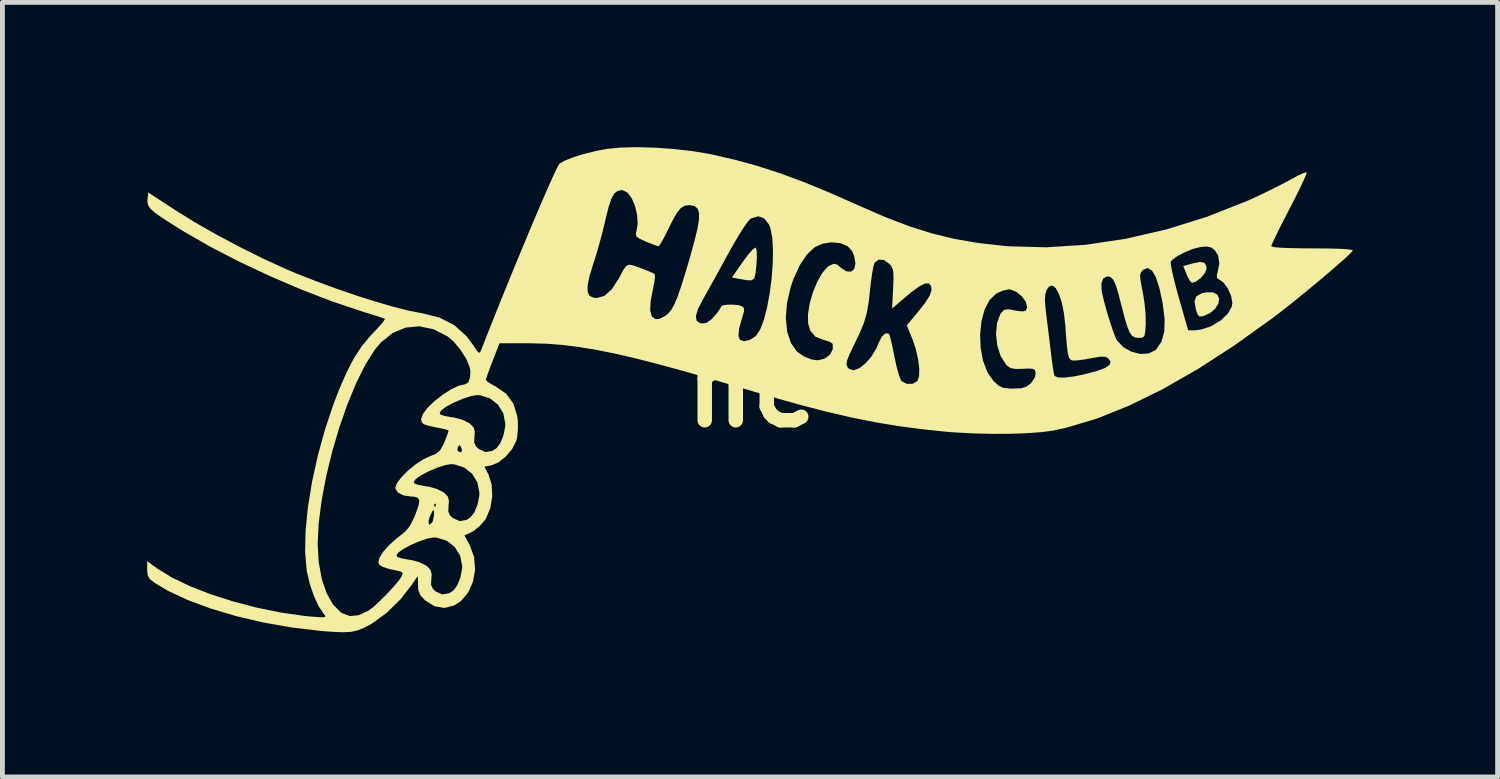
<source format=kicad_pcb>
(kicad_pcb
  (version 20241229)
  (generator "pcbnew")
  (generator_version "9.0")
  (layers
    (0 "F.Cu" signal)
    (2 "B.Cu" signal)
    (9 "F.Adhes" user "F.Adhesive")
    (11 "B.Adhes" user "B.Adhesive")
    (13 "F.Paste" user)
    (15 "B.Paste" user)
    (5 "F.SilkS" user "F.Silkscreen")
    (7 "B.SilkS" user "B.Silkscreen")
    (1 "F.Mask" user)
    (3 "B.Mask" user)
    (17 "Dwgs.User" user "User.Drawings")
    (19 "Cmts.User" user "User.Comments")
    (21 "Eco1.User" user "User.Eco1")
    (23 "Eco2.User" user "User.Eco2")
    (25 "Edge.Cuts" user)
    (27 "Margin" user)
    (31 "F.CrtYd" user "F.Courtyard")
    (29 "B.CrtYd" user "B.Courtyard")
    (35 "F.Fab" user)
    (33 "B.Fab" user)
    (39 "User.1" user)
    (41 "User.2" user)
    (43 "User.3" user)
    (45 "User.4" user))
  (footprint "hc"
    (layer "F.Cu")
    (at 12.521 4.982)
    (property "Reference" "hc" (at 0 0 0) (layer "F.SilkS") (effects (font (size 1.5 1.5) (thickness 0.3))))
    (attr board_only exclude_from_pos_files exclude_from_bom)
    (fp_poly (pts (xy 9.393 -2.585) (xy 9.432 -2.513) (xy 9.436 -2.46) (xy 9.4 -2.368) (xy 9.315 -2.269) (xy 9.211 -2.193) (xy 9.134 -2.169) (xy 9.093 -2.207) (xy 9.041 -2.301) (xy 9.023 -2.343) (xy 8.954 -2.518) (xy 9.147 -2.572) (xy 9.302 -2.603)) (stroke (width 0) (type solid)) (fill yes) (layer "F.SilkS"))
    (fp_poly (pts (xy 0.096 -2.896) (xy 0.112 -2.834) (xy 0.116 -2.71) (xy 0.108 -2.548) (xy 0.106 -2.534) (xy 0.088 -2.362) (xy 0.061 -2.262) (xy 0.004 -2.222) (xy -0.101 -2.225) (xy -0.256 -2.253) (xy -0.401 -2.281) (xy -0.173 -2.608) (xy -0.059 -2.761) (xy 0.03 -2.861) (xy 0.087 -2.899)) (stroke (width 0) (type solid)) (fill yes) (layer "F.SilkS"))
    (fp_poly (pts (xy 9.66 -1.925) (xy 9.697 -1.841) (xy 9.681 -1.737) (xy 9.614 -1.63) (xy 9.498 -1.536) (xy 9.36 -1.477) (xy 9.294 -1.471) (xy 9.252 -1.512) (xy 9.215 -1.62) (xy 9.212 -1.633) (xy 9.187 -1.791) (xy 9.225 -1.891) (xy 9.333 -1.951) (xy 9.418 -1.971) (xy 9.567 -1.974)) (stroke (width 0) (type solid)) (fill yes) (layer "F.SilkS"))
    (fp_poly (pts (xy -1.99 -4.971) (xy -1.599 -4.943) (xy -1.217 -4.9) (xy -0.87 -4.842) (xy -0.827 -4.833) (xy -0.342 -4.722) (xy 0.13 -4.592) (xy 0.607 -4.437) (xy 1.107 -4.252) (xy 1.646 -4.029) (xy 2.214 -3.778) (xy 2.769 -3.536) (xy 3.274 -3.343) (xy 3.752 -3.192) (xy 4.222 -3.078) (xy 4.708 -2.995) (xy 5.23 -2.937) (xy 5.333 -2.928) (xy 6.112 -2.906) (xy 6.926 -2.958) (xy 7.76 -3.083) (xy 8.605 -3.277) (xy 9.446 -3.539) (xy 10.273 -3.866) (xy 10.374 -3.91) (xy 10.604 -4.018) (xy 10.844 -4.136) (xy 11.059 -4.246) (xy 11.167 -4.305) (xy 11.317 -4.386) (xy 11.436 -4.441) (xy 11.504 -4.462) (xy 11.512 -4.46) (xy 11.5 -4.414) (xy 11.453 -4.303) (xy 11.375 -4.137) (xy 11.274 -3.932) (xy 11.157 -3.705) (xy 11.036 -3.471) (xy 10.931 -3.263) (xy 10.849 -3.094) (xy 10.795 -2.979) (xy 10.777 -2.93) (xy 10.821 -2.912) (xy 10.951 -2.899) (xy 11.164 -2.89) (xy 11.456 -2.885) (xy 11.63 -2.884) (xy 11.945 -2.882) (xy 12.192 -2.876) (xy 12.363 -2.865) (xy 12.455 -2.851) (xy 12.469 -2.841) (xy 12.428 -2.792) (xy 12.329 -2.697) (xy 12.181 -2.566) (xy 11.997 -2.406) (xy 11.787 -2.228) (xy 11.563 -2.042) (xy 11.335 -1.855) (xy 11.114 -1.678) (xy 10.912 -1.52) (xy 10.806 -1.44) (xy 10.016 -0.874) (xy 9.255 -0.382) (xy 8.524 0.036) (xy 7.826 0.378) (xy 7.164 0.644) (xy 6.538 0.831) (xy 6.262 0.892) (xy 6.021 0.924) (xy 5.712 0.947) (xy 5.355 0.959) (xy 4.97 0.96) (xy 4.579 0.95) (xy 4.2 0.929) (xy 4.047 0.917) (xy 3.54 0.864) (xy 3.054 0.8) (xy 2.572 0.72) (xy 2.081 0.622) (xy 1.563 0.502) (xy 1.005 0.357) (xy 0.389 0.184) (xy -0.089 0.042) (xy -0.774 -0.161) (xy -1.384 -0.336) (xy -1.905 -0.478) (xy 1.974 -0.478) (xy 1.996 -0.419) (xy 2.031 -0.383) (xy 2.124 -0.358) (xy 2.241 -0.402) (xy 2.367 -0.5) (xy 2.49 -0.642) (xy 2.593 -0.813) (xy 2.641 -0.926) (xy 2.703 -1.051) (xy 2.774 -1.119) (xy 2.839 -1.121) (xy 2.862 -1.096) (xy 2.882 -1.034) (xy 2.913 -0.906) (xy 2.949 -0.733) (xy 2.971 -0.623) (xy 3.012 -0.432) (xy 3.057 -0.271) (xy 3.098 -0.161) (xy 3.116 -0.132) (xy 3.224 -0.076) (xy 3.349 -0.078) (xy 3.444 -0.135) (xy 3.478 -0.234) (xy 3.482 -0.394) (xy 3.457 -0.593) (xy 3.406 -0.81) (xy 3.339 -1.006) (xy 3.299 -1.103) (xy 4.743 -1.103) (xy 4.754 -0.827) (xy 4.802 -0.562) (xy 4.889 -0.328) (xy 5.016 -0.141) (xy 5.03 -0.126) (xy 5.127 -0.039) (xy 5.218 0.005) (xy 5.341 0.021) (xy 5.431 0.022) (xy 5.591 0.015) (xy 5.696 -0.014) (xy 5.781 -0.075) (xy 5.796 -0.09) (xy 5.878 -0.208) (xy 5.895 -0.303) (xy 5.879 -0.359) (xy 5.837 -0.387) (xy 5.746 -0.393) (xy 5.628 -0.388) (xy 5.474 -0.385) (xy 5.377 -0.403) (xy 5.306 -0.45) (xy 5.28 -0.476) (xy 5.169 -0.65) (xy 5.099 -0.871) (xy 5.073 -1.111) (xy 5.094 -1.339) (xy 5.165 -1.527) (xy 5.171 -1.536) (xy 5.238 -1.609) (xy 5.327 -1.622) (xy 5.381 -1.613) (xy 5.547 -1.583) (xy 5.644 -1.578) (xy 5.693 -1.6) (xy 5.714 -1.652) (xy 5.716 -1.666) (xy 5.692 -1.774) (xy 5.659 -1.82) (xy 6.087 -1.82) (xy 6.097 -1.658) (xy 6.12 -1.461) (xy 6.151 -1.215) (xy 6.184 -0.947) (xy 6.213 -0.706) (xy 6.219 -0.653) (xy 6.242 -0.477) (xy 6.264 -0.335) (xy 6.282 -0.251) (xy 6.287 -0.24) (xy 6.355 -0.209) (xy 6.496 -0.206) (xy 6.696 -0.231) (xy 6.887 -0.27) (xy 7.152 -0.339) (xy 7.332 -0.405) (xy 7.429 -0.472) (xy 7.448 -0.539) (xy 7.395 -0.609) (xy 7.334 -0.638) (xy 7.24 -0.64) (xy 7.087 -0.615) (xy 7.071 -0.612) (xy 6.908 -0.582) (xy 6.763 -0.563) (xy 6.697 -0.559) (xy 6.645 -0.563) (xy 6.607 -0.585) (xy 6.579 -0.637) (xy 6.558 -0.732) (xy 6.54 -0.882) (xy 6.522 -1.101) (xy 6.51 -1.282) (xy 6.48 -1.545) (xy 6.434 -1.769) (xy 6.376 -1.943) (xy 6.31 -2.061) (xy 6.24 -2.114) (xy 6.172 -2.093) (xy 6.118 -2.012) (xy 6.094 -1.932) (xy 6.087 -1.82) (xy 5.659 -1.82) (xy 5.61 -1.888) (xy 5.494 -1.983) (xy 5.371 -2.032) (xy 5.341 -2.035) (xy 5.221 -2.011) (xy 5.089 -1.953) (xy 5.074 -1.944) (xy 4.937 -1.81) (xy 4.835 -1.613) (xy 4.771 -1.371) (xy 4.743 -1.103) (xy 3.299 -1.103) (xy 3.224 -1.289) (xy 3.45 -1.56) (xy 3.606 -1.757) (xy 3.699 -1.907) (xy 3.737 -2.021) (xy 3.728 -2.101) (xy 3.683 -2.157) (xy 3.605 -2.157) (xy 3.488 -2.099) (xy 3.324 -1.981) (xy 3.17 -1.853) (xy 2.919 -1.637) (xy 2.94 -2.048) (xy 2.944 -2.159) (xy 7.257 -2.159) (xy 7.262 -2.005) (xy 7.268 -1.978) (xy 7.311 -1.79) (xy 7.369 -1.579) (xy 7.433 -1.367) (xy 7.496 -1.179) (xy 7.55 -1.037) (xy 7.581 -0.975) (xy 7.712 -0.836) (xy 7.881 -0.742) (xy 8.063 -0.696) (xy 8.236 -0.706) (xy 8.376 -0.774) (xy 8.396 -0.794) (xy 8.503 -0.953) (xy 8.56 -1.156) (xy 8.568 -1.413) (xy 8.528 -1.735) (xy 8.527 -1.745) (xy 8.46 -2.059) (xy 8.386 -2.286) (xy 8.305 -2.426) (xy 8.217 -2.477) (xy 8.124 -2.44) (xy 8.107 -2.424) (xy 8.074 -2.382) (xy 8.06 -2.325) (xy 8.066 -2.234) (xy 8.092 -2.087) (xy 8.114 -1.982) (xy 8.15 -1.756) (xy 8.173 -1.521) (xy 8.176 -1.324) (xy 8.176 -1.319) (xy 8.166 -1.163) (xy 8.151 -1.076) (xy 8.119 -1.038) (xy 8.061 -1.029) (xy 8.028 -1.029) (xy 7.954 -1.037) (xy 7.895 -1.071) (xy 7.843 -1.143) (xy 7.792 -1.266) (xy 7.737 -1.45) (xy 7.67 -1.709) (xy 7.665 -1.728) (xy 7.604 -1.966) (xy 7.553 -2.128) (xy 7.506 -2.23) (xy 7.457 -2.283) (xy 7.398 -2.302) (xy 7.376 -2.303) (xy 7.297 -2.264) (xy 7.257 -2.159) (xy 2.944 -2.159) (xy 2.948 -2.246) (xy 2.946 -2.377) (xy 2.93 -2.461) (xy 2.899 -2.521) (xy 2.865 -2.56) (xy 2.795 -2.61) (xy 8.694 -2.61) (xy 8.695 -2.552) (xy 8.719 -2.424) (xy 8.761 -2.242) (xy 8.818 -2.021) (xy 8.859 -1.873) (xy 9.055 -1.185) (xy 9.201 -1.185) (xy 9.331 -1.205) (xy 9.488 -1.254) (xy 9.548 -1.28) (xy 9.734 -1.393) (xy 9.877 -1.531) (xy 9.959 -1.675) (xy 9.972 -1.752) (xy 9.945 -1.901) (xy 9.877 -2.055) (xy 9.786 -2.177) (xy 9.722 -2.223) (xy 9.652 -2.272) (xy 9.651 -2.345) (xy 9.662 -2.379) (xy 9.702 -2.571) (xy 9.675 -2.742) (xy 9.609 -2.845) (xy 9.532 -2.904) (xy 9.44 -2.923) (xy 9.311 -2.912) (xy 9.161 -2.875) (xy 8.994 -2.808) (xy 8.839 -2.728) (xy 8.726 -2.647) (xy 8.694 -2.61) (xy 2.795 -2.61) (xy 2.749 -2.643) (xy 2.64 -2.652) (xy 2.557 -2.586) (xy 2.552 -2.577) (xy 2.529 -2.499) (xy 2.503 -2.354) (xy 2.478 -2.167) (xy 2.463 -2.029) (xy 2.432 -1.756) (xy 2.392 -1.536) (xy 2.334 -1.337) (xy 2.247 -1.126) (xy 2.129 -0.883) (xy 2.038 -0.693) (xy 1.987 -0.564) (xy 1.974 -0.478) (xy -1.905 -0.478) (xy -1.926 -0.484) (xy -2.408 -0.607) (xy -2.841 -0.706) (xy -3.23 -0.784) (xy -3.586 -0.842) (xy -3.916 -0.883) (xy -4.229 -0.907) (xy -4.533 -0.916) (xy -4.605 -0.917) (xy -5.218 -0.917) (xy -5.359 -0.556) (xy -5.423 -0.389) (xy -5.472 -0.253) (xy -5.498 -0.171) (xy -5.5 -0.158) (xy -5.464 -0.118) (xy -5.369 -0.059) (xy -5.296 -0.021) (xy -5.078 0.13) (xy -4.928 0.338) (xy -4.849 0.601) (xy -4.838 0.692) (xy -4.837 0.867) (xy -4.853 1.033) (xy -4.871 1.108) (xy -4.957 1.275) (xy -5.089 1.432) (xy -5.242 1.553) (xy -5.382 1.612) (xy -5.532 1.64) (xy -5.446 1.804) (xy -5.38 2.012) (xy -5.369 2.256) (xy -5.409 2.501) (xy -5.498 2.714) (xy -5.516 2.741) (xy -5.625 2.867) (xy -5.749 2.969) (xy -5.793 2.994) (xy -5.944 3.066) (xy -5.83 3.277) (xy -5.744 3.518) (xy -5.724 3.772) (xy -5.767 4.022) (xy -5.866 4.246) (xy -6.017 4.426) (xy -6.157 4.517) (xy -6.361 4.569) (xy -6.565 4.533) (xy -6.76 4.411) (xy -6.765 4.407) (xy -6.862 4.3) (xy -6.902 4.188) (xy -6.907 4.096) (xy -6.908 3.983) (xy -6.912 3.918) (xy -6.913 3.913) (xy -6.939 3.946) (xy -6.998 4.031) (xy -7.031 4.081) (xy -7.273 4.393) (xy -7.556 4.67) (xy -7.853 4.886) (xy -7.872 4.898) (xy -8.02 4.978) (xy -8.153 5.032) (xy -8.291 5.063) (xy -8.458 5.072) (xy -8.672 5.064) (xy -8.921 5.045) (xy -9.516 4.975) (xy -10.104 4.872) (xy -10.67 4.74) (xy -11.2 4.582) (xy -11.681 4.404) (xy -12.097 4.209) (xy -12.351 4.058) (xy -12.459 3.976) (xy -12.509 3.896) (xy -12.521 3.783) (xy -12.521 3.773) (xy -12.521 3.6) (xy -12.303 3.757) (xy -12.003 3.941) (xy -11.632 4.118) (xy -11.204 4.285) (xy -10.738 4.434) (xy -10.25 4.562) (xy -9.757 4.663) (xy -9.276 4.732) (xy -9.145 4.745) (xy -8.969 4.759) (xy -8.868 4.762) (xy -8.827 4.752) (xy -8.834 4.725) (xy -8.863 4.689) (xy -8.965 4.537) (xy -9.064 4.322) (xy -9.149 4.074) (xy -9.209 3.819) (xy -9.216 3.779) (xy -9.247 3.401) (xy -9.244 3.242) (xy -8.987 3.242) (xy -8.965 3.622) (xy -8.902 3.965) (xy -8.803 4.261) (xy -8.67 4.495) (xy -8.51 4.658) (xy -8.482 4.676) (xy -8.319 4.737) (xy -8.141 4.72) (xy -7.935 4.625) (xy -7.93 4.622) (xy -7.828 4.544) (xy -7.693 4.42) (xy -7.545 4.272) (xy -7.406 4.121) (xy -7.296 3.989) (xy -7.244 3.912) (xy -7.223 3.847) (xy -7.267 3.814) (xy -7.322 3.8) (xy -7.515 3.757) (xy -7.635 3.719) (xy -7.701 3.681) (xy -7.727 3.635) (xy -7.728 3.63) (xy -7.708 3.532) (xy -7.674 3.477) (xy -7.353 3.477) (xy -7.339 3.509) (xy -7.271 3.535) (xy -7.134 3.562) (xy -7.033 3.578) (xy -6.882 3.62) (xy -6.748 3.685) (xy -6.726 3.7) (xy -6.649 3.777) (xy -6.624 3.865) (xy -6.631 3.965) (xy -6.637 4.089) (xy -6.601 4.17) (xy -6.54 4.227) (xy -6.402 4.289) (xy -6.259 4.263) (xy -6.175 4.209) (xy -6.093 4.101) (xy -6.029 3.939) (xy -5.995 3.759) (xy -5.992 3.702) (xy -6.033 3.487) (xy -6.145 3.306) (xy -6.312 3.175) (xy -6.517 3.112) (xy -6.583 3.108) (xy -6.706 3.129) (xy -6.871 3.184) (xy -7.047 3.259) (xy -7.203 3.341) (xy -7.31 3.417) (xy -7.325 3.432) (xy -7.353 3.477) (xy -7.674 3.477) (xy -7.627 3.402) (xy -7.498 3.258) (xy -7.337 3.117) (xy -7.292 3.083) (xy -7.164 2.979) (xy -7.073 2.864) (xy -7.031 2.782) (xy -6.69 2.782) (xy -6.681 2.836) (xy -6.671 2.84) (xy -6.62 2.804) (xy -6.601 2.769) (xy -6.579 2.665) (xy -6.575 2.601) (xy -6.582 2.539) (xy -6.608 2.56) (xy -6.614 2.571) (xy -6.666 2.684) (xy -6.69 2.782) (xy -7.031 2.782) (xy -6.993 2.706) (xy -6.962 2.631) (xy -6.899 2.456) (xy -6.896 2.437) (xy -6.574 2.437) (xy -6.557 2.474) (xy -6.544 2.467) (xy -6.538 2.414) (xy -6.544 2.407) (xy -6.57 2.413) (xy -6.574 2.437) (xy -6.896 2.437) (xy -6.88 2.345) (xy -6.91 2.285) (xy -6.99 2.262) (xy -7.051 2.259) (xy -7.209 2.236) (xy -7.325 2.176) (xy -7.377 2.092) (xy -7.379 2.078) (xy -7.343 1.981) (xy -7.325 1.957) (xy -6.995 1.957) (xy -6.981 1.989) (xy -6.913 2.015) (xy -6.776 2.041) (xy -6.676 2.057) (xy -6.524 2.099) (xy -6.39 2.165) (xy -6.369 2.18) (xy -6.291 2.257) (xy -6.266 2.344) (xy -6.274 2.444) (xy -6.279 2.569) (xy -6.244 2.65) (xy -6.182 2.706) (xy -6.044 2.769) (xy -5.901 2.743) (xy -5.818 2.689) (xy -5.736 2.581) (xy -5.671 2.419) (xy -5.637 2.239) (xy -5.635 2.181) (xy -5.676 1.966) (xy -5.788 1.785) (xy -5.954 1.655) (xy -6.16 1.591) (xy -6.225 1.588) (xy -6.348 1.609) (xy -6.513 1.663) (xy -6.689 1.738) (xy -6.845 1.82) (xy -6.952 1.896) (xy -6.967 1.912) (xy -6.995 1.957) (xy -7.325 1.957) (xy -7.249 1.856) (xy -7.114 1.721) (xy -6.957 1.593) (xy -6.798 1.488) (xy -6.68 1.433) (xy -6.54 1.375) (xy -6.454 1.308) (xy -6.451 1.303) (xy -6.092 1.303) (xy -6.069 1.327) (xy -6.007 1.344) (xy -5.997 1.291) (xy -6.011 1.244) (xy -6.042 1.192) (xy -6.077 1.223) (xy -6.082 1.23) (xy -6.092 1.303) (xy -6.451 1.303) (xy -6.39 1.201) (xy -6.357 1.126) (xy -6.307 0.999) (xy -6.278 0.912) (xy -6.276 0.887) (xy -6.324 0.871) (xy -6.432 0.846) (xy -6.525 0.828) (xy -6.69 0.793) (xy -6.786 0.761) (xy -6.83 0.72) (xy -6.842 0.661) (xy -6.842 0.652) (xy -6.804 0.546) (xy -6.789 0.526) (xy -6.458 0.526) (xy -6.445 0.558) (xy -6.376 0.584) (xy -6.239 0.61) (xy -6.139 0.626) (xy -5.987 0.668) (xy -5.853 0.734) (xy -5.832 0.749) (xy -5.754 0.826) (xy -5.73 0.913) (xy -5.737 1.013) (xy -5.743 1.138) (xy -5.707 1.219) (xy -5.646 1.275) (xy -5.508 1.338) (xy -5.365 1.312) (xy -5.281 1.258) (xy -5.199 1.15) (xy -5.135 0.988) (xy -5.1 0.808) (xy -5.098 0.75) (xy -5.139 0.535) (xy -5.251 0.354) (xy -5.418 0.224) (xy -5.623 0.16) (xy -5.688 0.157) (xy -5.812 0.178) (xy -5.977 0.232) (xy -6.152 0.307) (xy -6.309 0.389) (xy -6.416 0.465) (xy -6.431 0.481) (xy -6.458 0.526) (xy -6.789 0.526) (xy -6.705 0.416) (xy -6.561 0.278) (xy -6.392 0.146) (xy -6.217 0.034) (xy -6.054 -0.041) (xy -5.929 -0.067) (xy -5.866 -0.106) (xy -5.828 -0.206) (xy -5.822 -0.339) (xy -5.834 -0.414) (xy -5.905 -0.59) (xy -6.026 -0.781) (xy -6.17 -0.954) (xy -6.296 -1.061) (xy -6.588 -1.209) (xy -6.881 -1.269) (xy -7.164 -1.242) (xy -7.431 -1.131) (xy -7.674 -0.936) (xy -7.801 -0.786) (xy -7.997 -0.476) (xy -8.188 -0.094) (xy -8.369 0.345) (xy -8.537 0.823) (xy -8.685 1.325) (xy -8.809 1.833) (xy -8.903 2.331) (xy -8.965 2.803) (xy -8.987 3.232) (xy -8.987 3.242) (xy -9.244 3.242) (xy -9.237 2.961) (xy -9.188 2.472) (xy -9.103 1.951) (xy -8.984 1.411) (xy -8.834 0.867) (xy -8.656 0.335) (xy -8.541 0.038) (xy -8.386 -0.317) (xy -8.236 -0.606) (xy -8.078 -0.848) (xy -7.9 -1.065) (xy -7.818 -1.151) (xy -7.705 -1.271) (xy -7.626 -1.366) (xy -7.593 -1.419) (xy -7.595 -1.425) (xy -7.647 -1.444) (xy -7.767 -1.483) (xy -7.934 -1.536) (xy -8.094 -1.586) (xy -8.69 -1.786) (xy -9.323 -2.03) (xy -9.971 -2.307) (xy -10.606 -2.605) (xy -11.206 -2.915) (xy -11.745 -3.224) (xy -11.806 -3.261) (xy -12.059 -3.42) (xy -12.246 -3.542) (xy -12.375 -3.636) (xy -12.457 -3.711) (xy -12.5 -3.776) (xy -12.516 -3.84) (xy -12.514 -3.901) (xy -12.499 -4.043) (xy -11.926 -3.669) (xy -11.536 -3.427) (xy -11.087 -3.171) (xy -10.607 -2.916) (xy -10.122 -2.675) (xy -9.659 -2.462) (xy -9.436 -2.367) (xy -9.028 -2.207) (xy -8.607 -2.052) (xy -8.188 -1.908) (xy -7.787 -1.781) (xy -7.418 -1.674) (xy -7.099 -1.593) (xy -6.845 -1.543) (xy -6.829 -1.541) (xy -6.464 -1.451) (xy -6.155 -1.292) (xy -5.899 -1.062) (xy -5.763 -0.878) (xy -5.689 -0.765) (xy -5.647 -0.72) (xy -5.62 -0.733) (xy -5.595 -0.787) (xy -5.431 -1.204) (xy -5.261 -1.63) (xy -5.119 -1.981) (xy -3.392 -1.981) (xy -3.349 -1.898) (xy -3.262 -1.86) (xy -3.201 -1.856) (xy -3.044 -1.9) (xy -2.893 -2.034) (xy -2.747 -2.257) (xy -2.734 -2.281) (xy -2.655 -2.432) (xy -2.595 -2.517) (xy -2.531 -2.546) (xy -2.44 -2.529) (xy -2.299 -2.478) (xy -2.156 -2.423) (xy -2.048 -2.377) (xy -2.003 -2.353) (xy -1.996 -2.297) (xy -2.009 -2.183) (xy -2.035 -2.056) (xy -2.086 -1.789) (xy -2.096 -1.598) (xy -2.063 -1.48) (xy -2.048 -1.462) (xy -1.984 -1.417) (xy -1.912 -1.421) (xy -1.8 -1.476) (xy -1.792 -1.481) (xy -1.148 -1.481) (xy -1.133 -1.383) (xy -1.057 -1.334) (xy -1.024 -1.328) (xy -0.926 -1.341) (xy -0.824 -1.414) (xy -0.767 -1.475) (xy -0.684 -1.578) (xy -0.633 -1.657) (xy -0.626 -1.678) (xy -0.587 -1.705) (xy -0.491 -1.718) (xy -0.37 -1.718) (xy -0.256 -1.705) (xy -0.184 -1.681) (xy -0.151 -1.644) (xy -0.151 -1.579) (xy -0.184 -1.461) (xy -0.195 -1.428) (xy -0.252 -1.222) (xy -0.266 -1.072) (xy -0.238 -0.991) (xy -0.151 -0.96) (xy -0.032 -0.986) (xy 0.086 -1.061) (xy 0.101 -1.075) (xy 0.185 -1.204) (xy 0.261 -1.404) (xy 0.271 -1.44) (xy 0.716 -1.44) (xy 0.744 -1.159) (xy 0.822 -0.923) (xy 0.948 -0.744) (xy 1.092 -0.644) (xy 1.256 -0.58) (xy 1.38 -0.564) (xy 1.501 -0.594) (xy 1.542 -0.611) (xy 1.636 -0.688) (xy 1.69 -0.796) (xy 1.687 -0.898) (xy 1.68 -0.912) (xy 1.62 -0.951) (xy 1.512 -0.984) (xy 1.499 -0.987) (xy 1.33 -1.053) (xy 1.223 -1.181) (xy 1.178 -1.329) (xy 1.175 -1.517) (xy 1.21 -1.739) (xy 1.277 -1.971) (xy 1.367 -2.19) (xy 1.471 -2.374) (xy 1.581 -2.5) (xy 1.619 -2.525) (xy 1.709 -2.565) (xy 1.775 -2.551) (xy 1.845 -2.492) (xy 1.969 -2.408) (xy 2.069 -2.401) (xy 2.135 -2.458) (xy 2.159 -2.57) (xy 2.133 -2.723) (xy 2.092 -2.825) (xy 1.996 -2.93) (xy 1.845 -2.992) (xy 1.663 -3.01) (xy 1.475 -2.981) (xy 1.317 -2.909) (xy 1.155 -2.759) (xy 1.004 -2.533) (xy 0.873 -2.245) (xy 0.82 -2.092) (xy 0.741 -1.755) (xy 0.716 -1.44) (xy 0.271 -1.44) (xy 0.327 -1.657) (xy 0.381 -1.946) (xy 0.421 -2.253) (xy 0.445 -2.559) (xy 0.45 -2.848) (xy 0.436 -3.1) (xy 0.398 -3.299) (xy 0.369 -3.376) (xy 0.269 -3.505) (xy 0.145 -3.55) (xy 0.003 -3.508) (xy -0.02 -3.494) (xy -0.076 -3.432) (xy -0.164 -3.306) (xy -0.273 -3.132) (xy -0.395 -2.923) (xy -0.471 -2.786) (xy -0.605 -2.541) (xy -0.74 -2.296) (xy -0.863 -2.074) (xy -0.961 -1.899) (xy -0.993 -1.843) (xy -1.102 -1.632) (xy -1.148 -1.481) (xy -1.792 -1.481) (xy -1.786 -1.484) (xy -1.719 -1.536) (xy -1.656 -1.613) (xy -1.593 -1.726) (xy -1.526 -1.886) (xy -1.451 -2.103) (xy -1.362 -2.388) (xy -1.277 -2.676) (xy -1.183 -3.015) (xy -1.118 -3.279) (xy -1.085 -3.476) (xy -1.082 -3.616) (xy -1.111 -3.707) (xy -1.171 -3.758) (xy -1.262 -3.778) (xy -1.299 -3.779) (xy -1.385 -3.766) (xy -1.461 -3.719) (xy -1.538 -3.626) (xy -1.626 -3.472) (xy -1.724 -3.275) (xy -1.802 -3.119) (xy -1.868 -2.999) (xy -1.913 -2.935) (xy -1.922 -2.929) (xy -1.979 -2.945) (xy -2.09 -2.986) (xy -2.186 -3.025) (xy -2.318 -3.085) (xy -2.381 -3.132) (xy -2.393 -3.184) (xy -2.385 -3.215) (xy -2.355 -3.388) (xy -2.366 -3.579) (xy -2.409 -3.765) (xy -2.479 -3.926) (xy -2.569 -4.042) (xy -2.67 -4.091) (xy -2.681 -4.092) (xy -2.768 -4.076) (xy -2.838 -4.022) (xy -2.898 -3.917) (xy -2.955 -3.749) (xy -3.016 -3.505) (xy -3.021 -3.481) (xy -3.082 -3.227) (xy -3.156 -2.954) (xy -3.229 -2.704) (xy -3.266 -2.59) (xy -3.35 -2.319) (xy -3.392 -2.119) (xy -3.392 -1.981) (xy -5.119 -1.981) (xy -5.087 -2.059) (xy -4.915 -2.481) (xy -4.746 -2.889) (xy -4.586 -3.274) (xy -4.436 -3.628) (xy -4.301 -3.942) (xy -4.185 -4.207) (xy -4.09 -4.417) (xy -4.021 -4.562) (xy -3.98 -4.634) (xy -3.976 -4.639) (xy -3.861 -4.705) (xy -3.679 -4.776) (xy -3.451 -4.846) (xy -3.199 -4.907) (xy -2.978 -4.948) (xy -2.703 -4.974) (xy -2.366 -4.982)) (stroke (width 0) (type solid)) (fill yes) (layer "F.SilkS")))
  (gr_rect
    (start -3 -3)
    (end 27.99 13.054)
    (stroke (width 0.1) (type default))
    (fill no)
    (layer "Edge.Cuts")))
</source>
